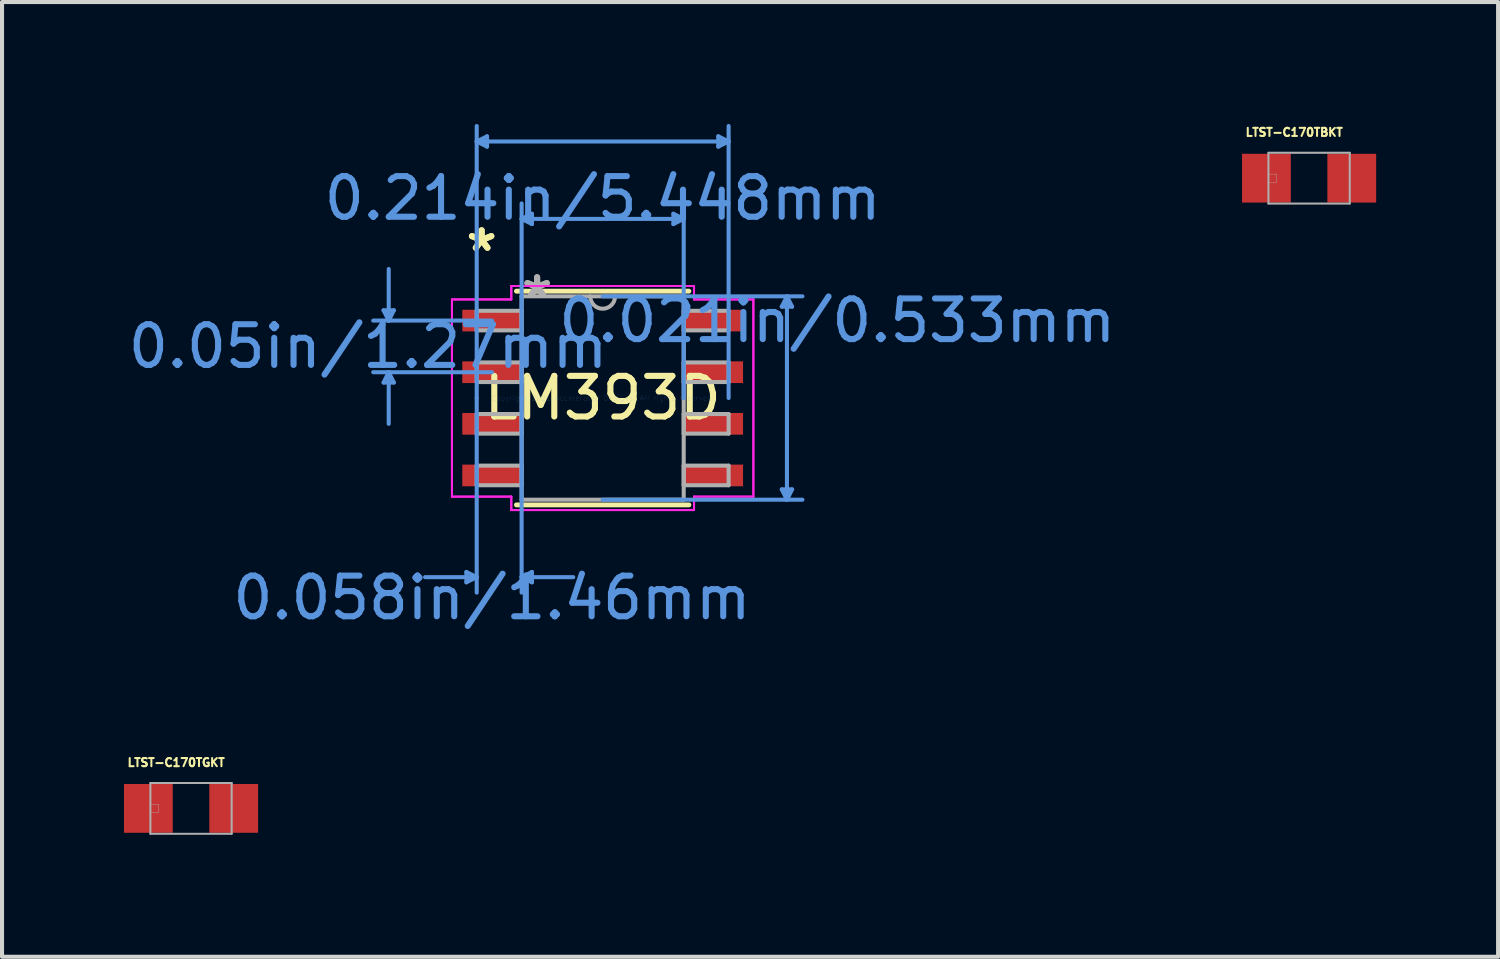
<source format=kicad_pcb>
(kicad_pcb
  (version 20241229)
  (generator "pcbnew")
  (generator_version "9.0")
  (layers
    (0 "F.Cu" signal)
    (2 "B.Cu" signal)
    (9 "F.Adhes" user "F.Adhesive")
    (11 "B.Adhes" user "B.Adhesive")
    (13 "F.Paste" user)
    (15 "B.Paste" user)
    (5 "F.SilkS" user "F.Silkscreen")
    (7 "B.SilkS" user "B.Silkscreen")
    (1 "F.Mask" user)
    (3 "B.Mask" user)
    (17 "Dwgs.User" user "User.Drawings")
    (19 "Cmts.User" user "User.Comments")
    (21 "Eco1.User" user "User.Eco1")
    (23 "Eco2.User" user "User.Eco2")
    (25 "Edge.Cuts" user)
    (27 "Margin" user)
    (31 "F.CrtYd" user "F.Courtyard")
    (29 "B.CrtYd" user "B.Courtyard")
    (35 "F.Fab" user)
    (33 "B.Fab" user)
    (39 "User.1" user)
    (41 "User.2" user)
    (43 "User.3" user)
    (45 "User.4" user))
  (footprint "LM393D"
    (layer "F.Cu")
    (at 11.778 6.743)
    (property "Reference" "LM393D" (at 0 0 0) (layer "F.SilkS") (effects (font (size 1 1) (thickness 0.15))))
    (attr through_hole)
    (fp_line (start -2.121 2.629) (end 2.121 2.629) (stroke (width 0.12) (type solid)) (layer "F.SilkS"))
    (fp_line (start 2.121 -2.629) (end -2.121 -2.629) (stroke (width 0.12) (type solid)) (layer "F.SilkS"))
    (fp_line (start -5.391 -2.159) (end -5.137 -2.159) (stroke (width 0.1) (type solid)) (layer "Cmts.User"))
    (fp_line (start -5.391 -0.381) (end -5.137 -0.381) (stroke (width 0.1) (type solid)) (layer "Cmts.User"))
    (fp_line (start -5.264 -1.905) (end -5.391 -2.159) (stroke (width 0.1) (type solid)) (layer "Cmts.User"))
    (fp_line (start -5.264 -1.905) (end -5.264 -3.175) (stroke (width 0.1) (type solid)) (layer "Cmts.User"))
    (fp_line (start -5.264 -1.905) (end -5.137 -2.159) (stroke (width 0.1) (type solid)) (layer "Cmts.User"))
    (fp_line (start -5.264 -0.635) (end -5.391 -0.381) (stroke (width 0.1) (type solid)) (layer "Cmts.User"))
    (fp_line (start -5.264 -0.635) (end -5.264 0.635) (stroke (width 0.1) (type solid)) (layer "Cmts.User"))
    (fp_line (start -5.264 -0.635) (end -5.137 -0.381) (stroke (width 0.1) (type solid)) (layer "Cmts.User"))
    (fp_line (start -3.353 4.28) (end -3.353 4.534) (stroke (width 0.1) (type solid)) (layer "Cmts.User"))
    (fp_line (start -3.099 -6.312) (end -2.845 -6.439) (stroke (width 0.1) (type solid)) (layer "Cmts.User"))
    (fp_line (start -3.099 -6.312) (end -2.845 -6.185) (stroke (width 0.1) (type solid)) (layer "Cmts.User"))
    (fp_line (start -3.099 -6.312) (end 3.099 -6.312) (stroke (width 0.1) (type solid)) (layer "Cmts.User"))
    (fp_line (start -3.099 0) (end -3.099 -6.693) (stroke (width 0.1) (type solid)) (layer "Cmts.User"))
    (fp_line (start -3.099 0) (end -3.099 4.788) (stroke (width 0.1) (type solid)) (layer "Cmts.User"))
    (fp_line (start -3.099 4.407) (end -4.369 4.407) (stroke (width 0.1) (type solid)) (layer "Cmts.User"))
    (fp_line (start -3.099 4.407) (end -3.353 4.28) (stroke (width 0.1) (type solid)) (layer "Cmts.User"))
    (fp_line (start -3.099 4.407) (end -3.353 4.534) (stroke (width 0.1) (type solid)) (layer "Cmts.User"))
    (fp_line (start -2.845 -6.439) (end -2.845 -6.185) (stroke (width 0.1) (type solid)) (layer "Cmts.User"))
    (fp_line (start -2.724 -1.905) (end -5.645 -1.905) (stroke (width 0.1) (type solid)) (layer "Cmts.User"))
    (fp_line (start -2.724 -0.635) (end -5.645 -0.635) (stroke (width 0.1) (type solid)) (layer "Cmts.User"))
    (fp_line (start -1.994 -4.407) (end -1.74 -4.534) (stroke (width 0.1) (type solid)) (layer "Cmts.User"))
    (fp_line (start -1.994 -4.407) (end -1.74 -4.28) (stroke (width 0.1) (type solid)) (layer "Cmts.User"))
    (fp_line (start -1.994 -4.407) (end 1.994 -4.407) (stroke (width 0.1) (type solid)) (layer "Cmts.User"))
    (fp_line (start -1.994 0) (end -1.994 -4.788) (stroke (width 0.1) (type solid)) (layer "Cmts.User"))
    (fp_line (start -1.994 0) (end -1.994 4.788) (stroke (width 0.1) (type solid)) (layer "Cmts.User"))
    (fp_line (start -1.994 4.407) (end -1.74 4.28) (stroke (width 0.1) (type solid)) (layer "Cmts.User"))
    (fp_line (start -1.994 4.407) (end -1.74 4.534) (stroke (width 0.1) (type solid)) (layer "Cmts.User"))
    (fp_line (start -1.994 4.407) (end -0.724 4.407) (stroke (width 0.1) (type solid)) (layer "Cmts.User"))
    (fp_line (start -1.74 -4.534) (end -1.74 -4.28) (stroke (width 0.1) (type solid)) (layer "Cmts.User"))
    (fp_line (start -1.74 4.28) (end -1.74 4.534) (stroke (width 0.1) (type solid)) (layer "Cmts.User"))
    (fp_line (start 0 -2.502) (end 4.915 -2.502) (stroke (width 0.1) (type solid)) (layer "Cmts.User"))
    (fp_line (start 0 2.502) (end 4.915 2.502) (stroke (width 0.1) (type solid)) (layer "Cmts.User"))
    (fp_line (start 1.74 -4.534) (end 1.74 -4.28) (stroke (width 0.1) (type solid)) (layer "Cmts.User"))
    (fp_line (start 1.994 -4.407) (end 1.74 -4.534) (stroke (width 0.1) (type solid)) (layer "Cmts.User"))
    (fp_line (start 1.994 -4.407) (end 1.74 -4.28) (stroke (width 0.1) (type solid)) (layer "Cmts.User"))
    (fp_line (start 1.994 0) (end 1.994 -4.788) (stroke (width 0.1) (type solid)) (layer "Cmts.User"))
    (fp_line (start 2.845 -6.439) (end 2.845 -6.185) (stroke (width 0.1) (type solid)) (layer "Cmts.User"))
    (fp_line (start 3.099 -6.312) (end 2.845 -6.439) (stroke (width 0.1) (type solid)) (layer "Cmts.User"))
    (fp_line (start 3.099 -6.312) (end 2.845 -6.185) (stroke (width 0.1) (type solid)) (layer "Cmts.User"))
    (fp_line (start 3.099 0) (end 3.099 -6.693) (stroke (width 0.1) (type solid)) (layer "Cmts.User"))
    (fp_line (start 4.407 -2.248) (end 4.661 -2.248) (stroke (width 0.1) (type solid)) (layer "Cmts.User"))
    (fp_line (start 4.407 2.248) (end 4.661 2.248) (stroke (width 0.1) (type solid)) (layer "Cmts.User"))
    (fp_line (start 4.534 -2.502) (end 4.407 -2.248) (stroke (width 0.1) (type solid)) (layer "Cmts.User"))
    (fp_line (start 4.534 -2.502) (end 4.534 2.502) (stroke (width 0.1) (type solid)) (layer "Cmts.User"))
    (fp_line (start 4.534 -2.502) (end 4.661 -2.248) (stroke (width 0.1) (type solid)) (layer "Cmts.User"))
    (fp_line (start 4.534 2.502) (end 4.407 2.248) (stroke (width 0.1) (type solid)) (layer "Cmts.User"))
    (fp_line (start 4.534 2.502) (end 4.661 2.248) (stroke (width 0.1) (type solid)) (layer "Cmts.User"))
    (fp_line (start -3.708 -2.426) (end -2.248 -2.426) (stroke (width 0.05) (type solid)) (layer "F.CrtYd"))
    (fp_line (start -3.708 -2.426) (end -2.248 -2.426) (stroke (width 0.05) (type solid)) (layer "F.CrtYd"))
    (fp_line (start -3.708 2.426) (end -3.708 -2.426) (stroke (width 0.05) (type solid)) (layer "F.CrtYd"))
    (fp_line (start -3.708 2.426) (end -3.708 -2.426) (stroke (width 0.05) (type solid)) (layer "F.CrtYd"))
    (fp_line (start -3.708 2.426) (end -2.248 2.426) (stroke (width 0.05) (type solid)) (layer "F.CrtYd"))
    (fp_line (start -2.248 -2.756) (end 2.248 -2.756) (stroke (width 0.05) (type solid)) (layer "F.CrtYd"))
    (fp_line (start -2.248 -2.756) (end 2.248 -2.756) (stroke (width 0.05) (type solid)) (layer "F.CrtYd"))
    (fp_line (start -2.248 -2.426) (end -2.248 -2.756) (stroke (width 0.05) (type solid)) (layer "F.CrtYd"))
    (fp_line (start -2.248 -2.426) (end -2.248 -2.756) (stroke (width 0.05) (type solid)) (layer "F.CrtYd"))
    (fp_line (start -2.248 2.426) (end -3.708 2.426) (stroke (width 0.05) (type solid)) (layer "F.CrtYd"))
    (fp_line (start -2.248 2.756) (end -2.248 2.426) (stroke (width 0.05) (type solid)) (layer "F.CrtYd"))
    (fp_line (start -2.248 2.756) (end -2.248 2.426) (stroke (width 0.05) (type solid)) (layer "F.CrtYd"))
    (fp_line (start 2.248 -2.756) (end 2.248 -2.426) (stroke (width 0.05) (type solid)) (layer "F.CrtYd"))
    (fp_line (start 2.248 -2.756) (end 2.248 -2.426) (stroke (width 0.05) (type solid)) (layer "F.CrtYd"))
    (fp_line (start 2.248 -2.426) (end 3.708 -2.426) (stroke (width 0.05) (type solid)) (layer "F.CrtYd"))
    (fp_line (start 2.248 2.426) (end 2.248 2.756) (stroke (width 0.05) (type solid)) (layer "F.CrtYd"))
    (fp_line (start 2.248 2.426) (end 2.248 2.756) (stroke (width 0.05) (type solid)) (layer "F.CrtYd"))
    (fp_line (start 2.248 2.756) (end -2.248 2.756) (stroke (width 0.05) (type solid)) (layer "F.CrtYd"))
    (fp_line (start 2.248 2.756) (end -2.248 2.756) (stroke (width 0.05) (type solid)) (layer "F.CrtYd"))
    (fp_line (start 3.708 -2.426) (end 2.248 -2.426) (stroke (width 0.05) (type solid)) (layer "F.CrtYd"))
    (fp_line (start 3.708 -2.426) (end 3.708 2.426) (stroke (width 0.05) (type solid)) (layer "F.CrtYd"))
    (fp_line (start 3.708 -2.426) (end 3.708 2.426) (stroke (width 0.05) (type solid)) (layer "F.CrtYd"))
    (fp_line (start 3.708 2.426) (end 2.248 2.426) (stroke (width 0.05) (type solid)) (layer "F.CrtYd"))
    (fp_line (start 3.708 2.426) (end 2.248 2.426) (stroke (width 0.05) (type solid)) (layer "F.CrtYd"))
    (fp_line (start -3.099 -2.146) (end -3.099 -1.664) (stroke (width 0.1) (type solid)) (layer "F.Fab"))
    (fp_line (start -3.099 -1.664) (end -1.994 -1.664) (stroke (width 0.1) (type solid)) (layer "F.Fab"))
    (fp_line (start -3.099 -0.876) (end -3.099 -0.394) (stroke (width 0.1) (type solid)) (layer "F.Fab"))
    (fp_line (start -3.099 -0.394) (end -1.994 -0.394) (stroke (width 0.1) (type solid)) (layer "F.Fab"))
    (fp_line (start -3.099 0.394) (end -3.099 0.876) (stroke (width 0.1) (type solid)) (layer "F.Fab"))
    (fp_line (start -3.099 0.876) (end -1.994 0.876) (stroke (width 0.1) (type solid)) (layer "F.Fab"))
    (fp_line (start -3.099 1.664) (end -3.099 2.146) (stroke (width 0.1) (type solid)) (layer "F.Fab"))
    (fp_line (start -3.099 2.146) (end -1.994 2.146) (stroke (width 0.1) (type solid)) (layer "F.Fab"))
    (fp_line (start -1.994 -2.502) (end -1.994 2.502) (stroke (width 0.1) (type solid)) (layer "F.Fab"))
    (fp_line (start -1.994 -2.146) (end -3.099 -2.146) (stroke (width 0.1) (type solid)) (layer "F.Fab"))
    (fp_line (start -1.994 -1.664) (end -1.994 -2.146) (stroke (width 0.1) (type solid)) (layer "F.Fab"))
    (fp_line (start -1.994 -0.876) (end -3.099 -0.876) (stroke (width 0.1) (type solid)) (layer "F.Fab"))
    (fp_line (start -1.994 -0.394) (end -1.994 -0.876) (stroke (width 0.1) (type solid)) (layer "F.Fab"))
    (fp_line (start -1.994 0.394) (end -3.099 0.394) (stroke (width 0.1) (type solid)) (layer "F.Fab"))
    (fp_line (start -1.994 0.876) (end -1.994 0.394) (stroke (width 0.1) (type solid)) (layer "F.Fab"))
    (fp_line (start -1.994 1.664) (end -3.099 1.664) (stroke (width 0.1) (type solid)) (layer "F.Fab"))
    (fp_line (start -1.994 2.146) (end -1.994 1.664) (stroke (width 0.1) (type solid)) (layer "F.Fab"))
    (fp_line (start -1.994 2.502) (end 1.994 2.502) (stroke (width 0.1) (type solid)) (layer "F.Fab"))
    (fp_line (start 1.994 -2.502) (end -1.994 -2.502) (stroke (width 0.1) (type solid)) (layer "F.Fab"))
    (fp_line (start 1.994 -2.146) (end 1.994 -1.664) (stroke (width 0.1) (type solid)) (layer "F.Fab"))
    (fp_line (start 1.994 -1.664) (end 3.099 -1.664) (stroke (width 0.1) (type solid)) (layer "F.Fab"))
    (fp_line (start 1.994 -0.876) (end 1.994 -0.394) (stroke (width 0.1) (type solid)) (layer "F.Fab"))
    (fp_line (start 1.994 -0.394) (end 3.099 -0.394) (stroke (width 0.1) (type solid)) (layer "F.Fab"))
    (fp_line (start 1.994 0.394) (end 1.994 0.876) (stroke (width 0.1) (type solid)) (layer "F.Fab"))
    (fp_line (start 1.994 0.876) (end 3.099 0.876) (stroke (width 0.1) (type solid)) (layer "F.Fab"))
    (fp_line (start 1.994 1.664) (end 1.994 2.146) (stroke (width 0.1) (type solid)) (layer "F.Fab"))
    (fp_line (start 1.994 2.146) (end 3.099 2.146) (stroke (width 0.1) (type solid)) (layer "F.Fab"))
    (fp_line (start 1.994 2.502) (end 1.994 -2.502) (stroke (width 0.1) (type solid)) (layer "F.Fab"))
    (fp_line (start 3.099 -2.146) (end 1.994 -2.146) (stroke (width 0.1) (type solid)) (layer "F.Fab"))
    (fp_line (start 3.099 -1.664) (end 3.099 -2.146) (stroke (width 0.1) (type solid)) (layer "F.Fab"))
    (fp_line (start 3.099 -0.876) (end 1.994 -0.876) (stroke (width 0.1) (type solid)) (layer "F.Fab"))
    (fp_line (start 3.099 -0.394) (end 3.099 -0.876) (stroke (width 0.1) (type solid)) (layer "F.Fab"))
    (fp_line (start 3.099 0.394) (end 1.994 0.394) (stroke (width 0.1) (type solid)) (layer "F.Fab"))
    (fp_line (start 3.099 0.876) (end 3.099 0.394) (stroke (width 0.1) (type solid)) (layer "F.Fab"))
    (fp_line (start 3.099 1.664) (end 1.994 1.664) (stroke (width 0.1) (type solid)) (layer "F.Fab"))
    (fp_line (start 3.099 2.146) (end 3.099 1.664) (stroke (width 0.1) (type solid)) (layer "F.Fab"))
    (fp_arc (start 0.3048 -2.5019) (mid 0 -2.1971) (end -0.3048 -2.5019) (stroke (width 0.1) (type solid)) (layer "F.Fab"))
    (fp_text user "*" (at -2.978 -3.581 0) (layer "F.SilkS") (effects (font (size 1 1) (thickness 0.15))))
    (fp_text user "*" (at -2.978 -3.581 0) (layer "F.SilkS") (effects (font (size 1 1) (thickness 0.15))))
    (fp_text user "0.021in/0.533mm" (at 5.772 -1.905 0) (layer "Cmts.User") (effects (font (size 1 1) (thickness 0.15))))
    (fp_text user "0.05in/1.27mm" (at -5.772 -1.27 0) (layer "Cmts.User") (effects (font (size 1 1) (thickness 0.15))))
    (fp_text user "0.214in/5.448mm" (at 0 -4.915 0) (layer "Cmts.User") (effects (font (size 1 1) (thickness 0.15))))
    (fp_text user "Copyright 2021 Accelerated Designs. All rights reserved." (at 0 0 0) (layer "Cmts.User") (effects (font (size 0.127 0.127) (thickness 0.002))))
    (fp_text user "0.058in/1.46mm" (at -2.724 4.915 0) (layer "Cmts.User") (effects (font (size 1 1) (thickness 0.15))))
    (fp_text user "*" (at -1.613 -2.426 0) (layer "F.Fab") (effects (font (size 1 1) (thickness 0.15))))
    (fp_text user "*" (at -1.613 -2.426 0) (layer "F.Fab") (effects (font (size 1 1) (thickness 0.15))))
    (pad "1" smd rect (at -2.724 -1.905) (size 1.46 0.533) (layers "F.Cu" "F.Mask" "F.Paste"))
    (pad "2" smd rect (at -2.724 -0.635) (size 1.46 0.533) (layers "F.Cu" "F.Mask" "F.Paste"))
    (pad "3" smd rect (at -2.724 0.635) (size 1.46 0.533) (layers "F.Cu" "F.Mask" "F.Paste"))
    (pad "4" smd rect (at -2.724 1.905) (size 1.46 0.533) (layers "F.Cu" "F.Mask" "F.Paste"))
    (pad "5" smd rect (at 2.724 1.905) (size 1.46 0.533) (layers "F.Cu" "F.Mask" "F.Paste"))
    (pad "6" smd rect (at 2.724 0.635) (size 1.46 0.533) (layers "F.Cu" "F.Mask" "F.Paste"))
    (pad "7" smd rect (at 2.724 -0.635) (size 1.46 0.533) (layers "F.Cu" "F.Mask" "F.Paste"))
    (pad "8" smd rect (at 2.724 -1.905) (size 1.46 0.533) (layers "F.Cu" "F.Mask" "F.Paste")))
  (footprint "LTST-C170TGKT"
    (layer "F.Cu")
    (at 1.65 16.84)
    (property "Reference" "LTST-C170TGKT" (at -0.366 -1.129 0) (layer "F.SilkS") (effects (font (size 0.2 0.2) (thickness 0.15))))
    (attr through_hole)
    (fp_line (start -1 -0.625) (end -1 0.625) (stroke (width 0.05) (type solid)) (layer "F.Fab"))
    (fp_line (start -1 0.625) (end 1 0.625) (stroke (width 0.05) (type solid)) (layer "F.Fab"))
    (fp_line (start 1 -0.625) (end -1 -0.625) (stroke (width 0.05) (type solid)) (layer "F.Fab"))
    (fp_line (start 1 0.625) (end 1 -0.625) (stroke (width 0.05) (type solid)) (layer "F.Fab"))
    (fp_poly (pts (xy -1.002 -0.1) (xy -0.8 -0.1) (xy -0.8 0.1) (xy -1.002 0.1)) (stroke (width 0.01) (type solid)) (fill no) (layer "F.Fab"))
    (pad "1" smd rect (at 1.05 0) (size 1.2 1.2) (layers "F.Cu" "F.Mask" "F.Paste"))
    (pad "2" smd rect (at -1.05 0) (size 1.2 1.2) (layers "F.Cu" "F.Mask" "F.Paste")))
  (footprint "LTST-C170TBKT"
    (layer "F.Cu")
    (at 29.159 1.334)
    (property "Reference" "LTST-C170TBKT" (at -0.366 -1.129 0) (layer "F.SilkS") (effects (font (size 0.2 0.2) (thickness 0.15))))
    (attr through_hole)
    (fp_line (start -1 -0.625) (end -1 0.625) (stroke (width 0.05) (type solid)) (layer "F.Fab"))
    (fp_line (start -1 0.625) (end 1 0.625) (stroke (width 0.05) (type solid)) (layer "F.Fab"))
    (fp_line (start 1 -0.625) (end -1 -0.625) (stroke (width 0.05) (type solid)) (layer "F.Fab"))
    (fp_line (start 1 0.625) (end 1 -0.625) (stroke (width 0.05) (type solid)) (layer "F.Fab"))
    (fp_poly (pts (xy -1.002 -0.1) (xy -0.8 -0.1) (xy -0.8 0.1) (xy -1.002 0.1)) (stroke (width 0.01) (type solid)) (fill no) (layer "F.Fab"))
    (pad "1" smd rect (at 1.05 0) (size 1.2 1.2) (layers "F.Cu" "F.Mask" "F.Paste"))
    (pad "2" smd rect (at -1.05 0) (size 1.2 1.2) (layers "F.Cu" "F.Mask" "F.Paste")))
  (gr_rect
    (start -3 -3)
    (end 33.809 20.49)
    (stroke (width 0.1) (type default))
    (fill no)
    (layer "Edge.Cuts")))
</source>
